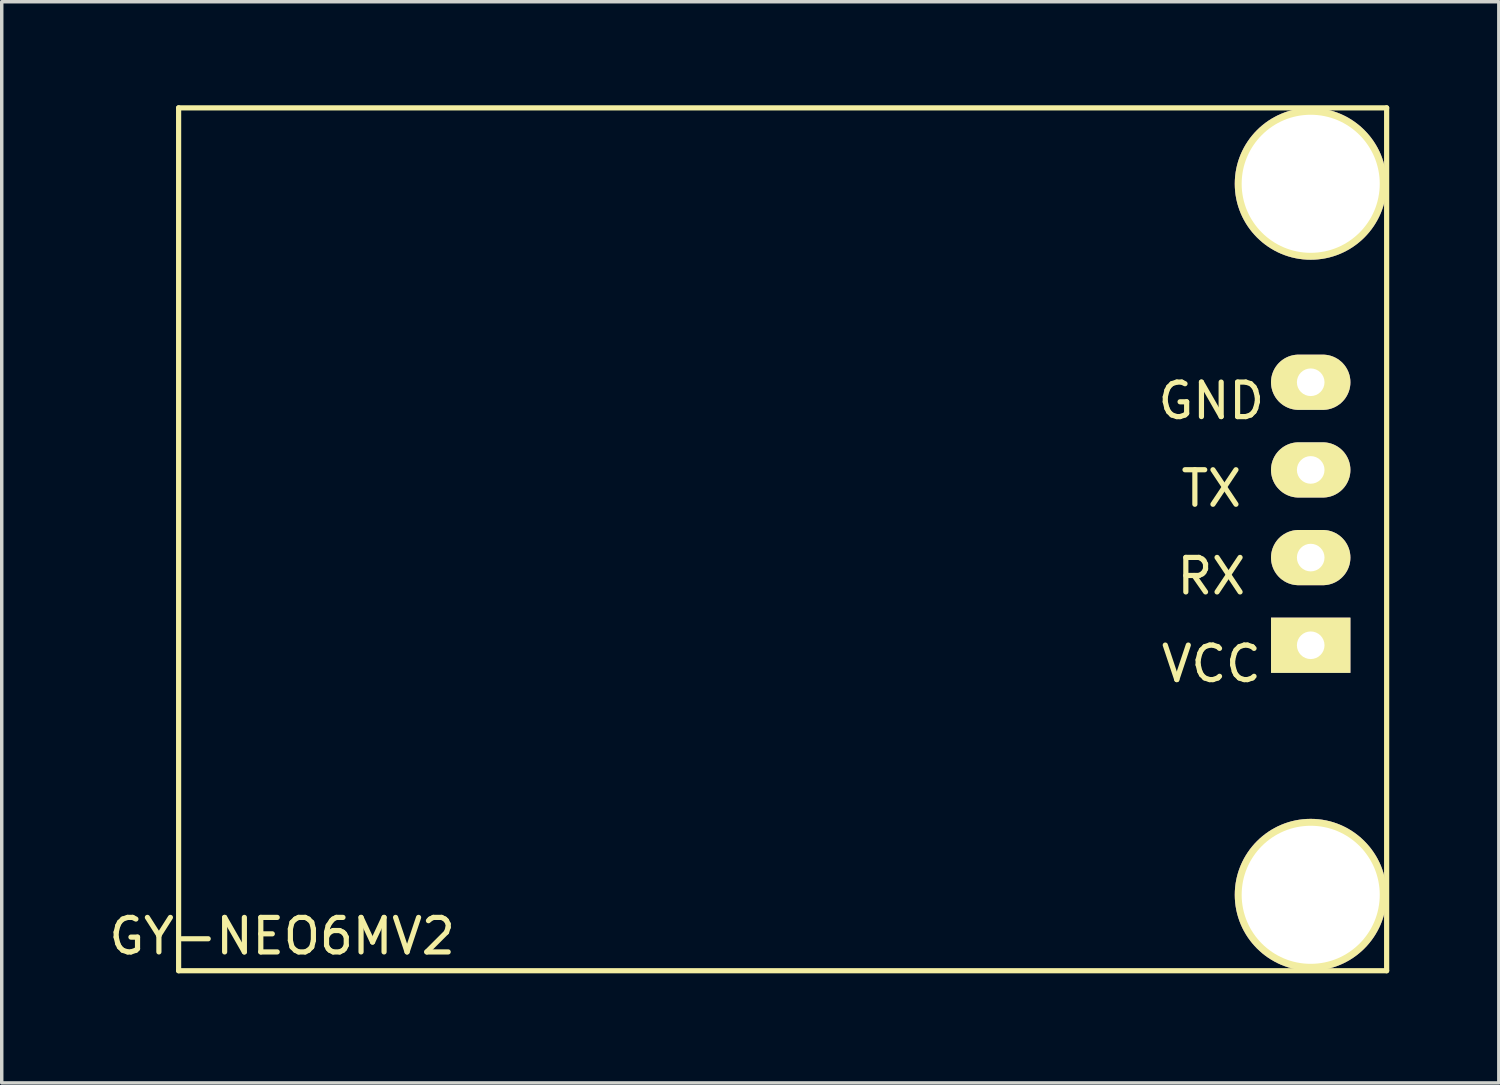
<source format=kicad_pcb>
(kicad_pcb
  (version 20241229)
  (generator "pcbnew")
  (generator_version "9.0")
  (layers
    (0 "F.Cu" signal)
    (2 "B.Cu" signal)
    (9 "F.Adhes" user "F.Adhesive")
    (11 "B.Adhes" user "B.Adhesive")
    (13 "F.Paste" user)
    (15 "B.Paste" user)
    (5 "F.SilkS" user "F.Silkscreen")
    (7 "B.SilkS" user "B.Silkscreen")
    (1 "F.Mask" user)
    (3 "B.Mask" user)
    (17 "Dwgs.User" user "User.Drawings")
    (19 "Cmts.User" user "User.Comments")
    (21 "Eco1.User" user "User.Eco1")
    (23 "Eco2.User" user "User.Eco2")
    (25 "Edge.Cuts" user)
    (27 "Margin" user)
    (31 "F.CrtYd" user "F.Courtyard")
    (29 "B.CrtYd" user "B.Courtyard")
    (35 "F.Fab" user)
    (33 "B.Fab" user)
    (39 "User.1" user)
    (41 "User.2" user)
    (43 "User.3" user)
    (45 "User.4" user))
  (footprint "GY-NEO6MV2"
    (layer "F.Cu")
    (at 37.125 25.075)
    (property "Reference" "GY-NEO6MV2" (at -32 -1 0) (layer "F.SilkS") (effects (font (size 1 1) (thickness 0.15))))
    (attr through_hole)
    (fp_line (start -35 -25) (end -35 0) (stroke (width 0.15) (type solid)) (layer "F.SilkS"))
    (fp_line (start -35 0) (end 0 0) (stroke (width 0.15) (type solid)) (layer "F.SilkS"))
    (fp_line (start 0 -25) (end -35 -25) (stroke (width 0.15) (type solid)) (layer "F.SilkS"))
    (fp_line (start 0 0) (end 0 -25) (stroke (width 0.15) (type solid)) (layer "F.SilkS"))
    (fp_text user "TX" (at -5.08 -13.97 0) (layer "F.SilkS") (effects (font (size 1 1) (thickness 0.15))))
    (fp_text user "RX" (at -5.08 -11.43 0) (layer "F.SilkS") (effects (font (size 1 1) (thickness 0.15))))
    (fp_text user "GND" (at -5.08 -16.51 0) (layer "F.SilkS") (effects (font (size 1 1) (thickness 0.15))))
    (fp_text user "VCC" (at -5.08 -8.89 0) (layer "F.SilkS") (effects (font (size 1 1) (thickness 0.15))))
    (pad "" np_thru_hole circle (at -2.2 -22.8) (size 4.4 4.4) (drill 4) (layers "*.Cu" "*.Mask" "F.SilkS"))
    (pad "" np_thru_hole circle (at -2.2 -2.2) (size 4.4 4.4) (drill 4) (layers "*.Cu" "*.Mask" "F.SilkS"))
    (pad "1" thru_hole rect (at -2.2 -9.43) (size 2.3 1.6) (drill 0.8) (layers "*.Cu" "*.Mask" "F.SilkS"))
    (pad "2" thru_hole oval (at -2.2 -11.97) (size 2.3 1.6) (drill 0.8) (layers "*.Cu" "*.Mask" "F.SilkS"))
    (pad "3" thru_hole oval (at -2.2 -14.51) (size 2.3 1.6) (drill 0.8) (layers "*.Cu" "*.Mask" "F.SilkS"))
    (pad "4" thru_hole oval (at -2.2 -17.05) (size 2.3 1.6) (drill 0.8) (layers "*.Cu" "*.Mask" "F.SilkS")))
  (gr_rect
    (start -3 -3)
    (end 40.375 28.325)
    (stroke (width 0.1) (type default))
    (fill no)
    (layer "Edge.Cuts")))
</source>
